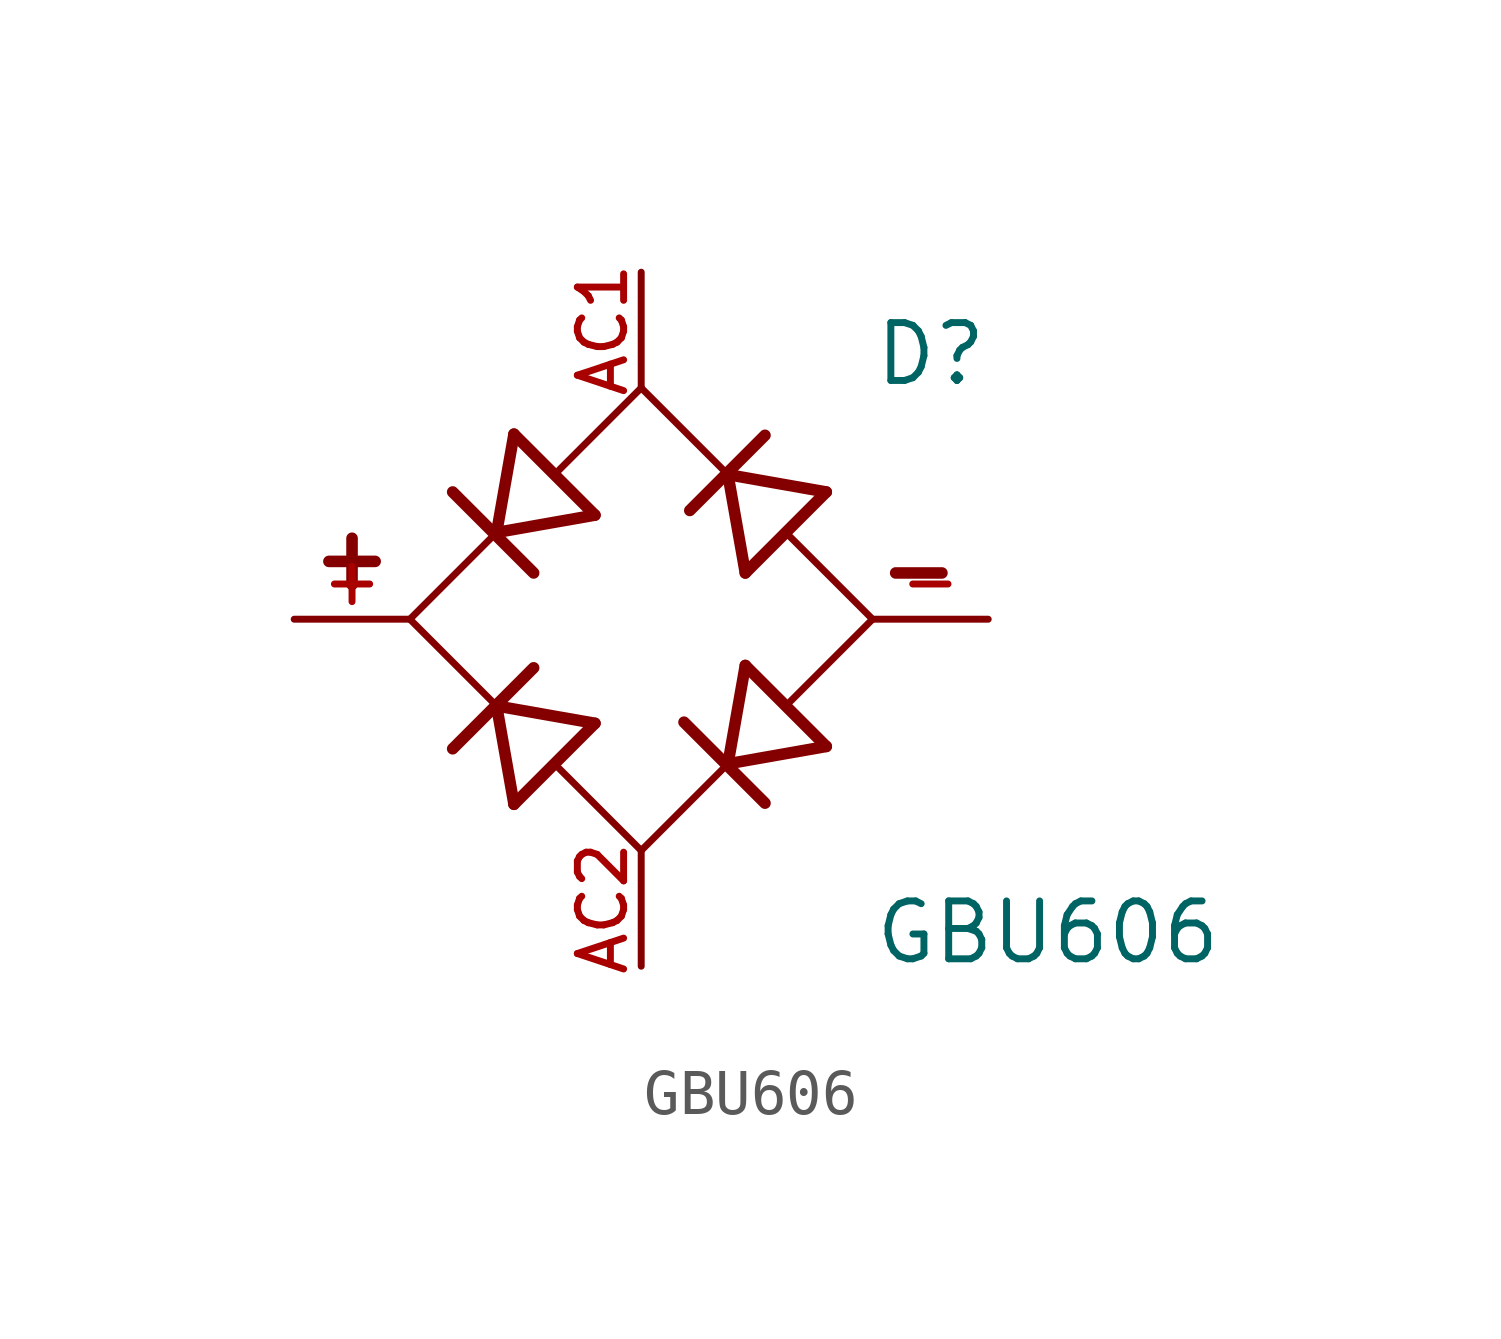
<source format=kicad_sym>
(kicad_symbol_lib
  (version 20211014)
  (generator kicad_symbol_editor)
  (symbol "GBU606"
    (pin_names
      (offset 1.016))
    (property "Reference" "D"
      (at 5.08 5.08 0)
      (effects (font (size 1.27 1.27)) (justify bottom left)))
    (property "Value" "GBU606"
      (at 5.08 -7.62 0)
      (effects (font (size 1.27 1.27)) (justify bottom left)))
    (symbol "GBU606_0_0"
      (polyline (pts (xy 1.905 -3.175) (xy 4.064 -2.794)) (stroke (width 0.254)))
      (polyline (pts (xy 1.905 -3.175) (xy 2.286 -1.016)) (stroke (width 0.254)))
      (polyline (pts (xy 2.718 -4.039) (xy 0.94 -2.261)) (stroke (width 0.254)))
      (polyline (pts (xy 1.905 3.175) (xy 4.064 2.794)) (stroke (width 0.254)))
      (polyline (pts (xy 1.905 3.175) (xy 2.286 1.016)) (stroke (width 0.254)))
      (polyline (pts (xy 2.718 4.039) (xy 1.067 2.388)) (stroke (width 0.254)))
      (polyline (pts (xy -3.175 1.905) (xy -2.794 4.064)) (stroke (width 0.254)))
      (polyline (pts (xy -3.175 1.905) (xy -1.016 2.286)) (stroke (width 0.254)))
      (polyline (pts (xy -2.362 1.016) (xy -4.14 2.794)) (stroke (width 0.254)))
      (polyline (pts (xy -3.175 -1.905) (xy -2.794 -4.064)) (stroke (width 0.254)))
      (polyline (pts (xy -3.175 -1.905) (xy -1.016 -2.286)) (stroke (width 0.254)))
      (polyline (pts (xy -2.362 -1.067) (xy -4.14 -2.845)) (stroke (width 0.254)))
      (polyline (pts (xy -5.08 0.0) (xy -3.175 -1.905)) (stroke (width 0.152)))
      (polyline (pts (xy 0.0 -5.08) (xy 1.905 -3.175)) (stroke (width 0.152)))
      (polyline (pts (xy 3.277 -1.803) (xy 5.08 0.0)) (stroke (width 0.152)))
      (polyline (pts (xy 4.064 -2.794) (xy 2.286 -1.016)) (stroke (width 0.254)))
      (polyline (pts (xy 5.08 0.0) (xy 3.277 1.803)) (stroke (width 0.152)))
      (polyline (pts (xy 4.064 2.794) (xy 2.286 1.016)) (stroke (width 0.254)))
      (polyline (pts (xy 1.905 3.175) (xy 0.0 5.08)) (stroke (width 0.152)))
      (polyline (pts (xy 0.0 5.08) (xy -1.803 3.277)) (stroke (width 0.152)))
      (polyline (pts (xy -1.016 2.286) (xy -2.794 4.064)) (stroke (width 0.254)))
      (polyline (pts (xy -3.175 1.905) (xy -5.08 0.0)) (stroke (width 0.152)))
      (polyline (pts (xy 0.0 -5.08) (xy -1.803 -3.277)) (stroke (width 0.152)))
      (polyline (pts (xy -1.016 -2.286) (xy -2.794 -4.064)) (stroke (width 0.254)))
      (polyline (pts (xy 5.588 1.016) (xy 6.604 1.016)) (stroke (width 0.254)))
      (polyline (pts (xy -6.858 1.27) (xy -5.842 1.27)) (stroke (width 0.254)))
      (polyline (pts (xy -6.35 0.762) (xy -6.35 1.778)) (stroke (width 0.254)))
      (pin passive line (at 0.0 7.62 270.0) (length 2.54) (name "~" (effects (font (size 1.016 1.016)))) (number "AC1" (effects (font (size 1.016 1.016)))))
      (pin passive line (at -7.62 0.0 0) (length 2.54) (name "~" (effects (font (size 1.016 1.016)))) (number "+" (effects (font (size 1.016 1.016)))))
      (pin passive line (at 0.0 -7.62 90.0) (length 2.54) (name "~" (effects (font (size 1.016 1.016)))) (number "AC2" (effects (font (size 1.016 1.016)))))
      (pin passive line (at 7.62 0.0 180.0) (length 2.54) (name "~" (effects (font (size 1.016 1.016)))) (number "-" (effects (font (size 1.016 1.016))))))))
</source>
